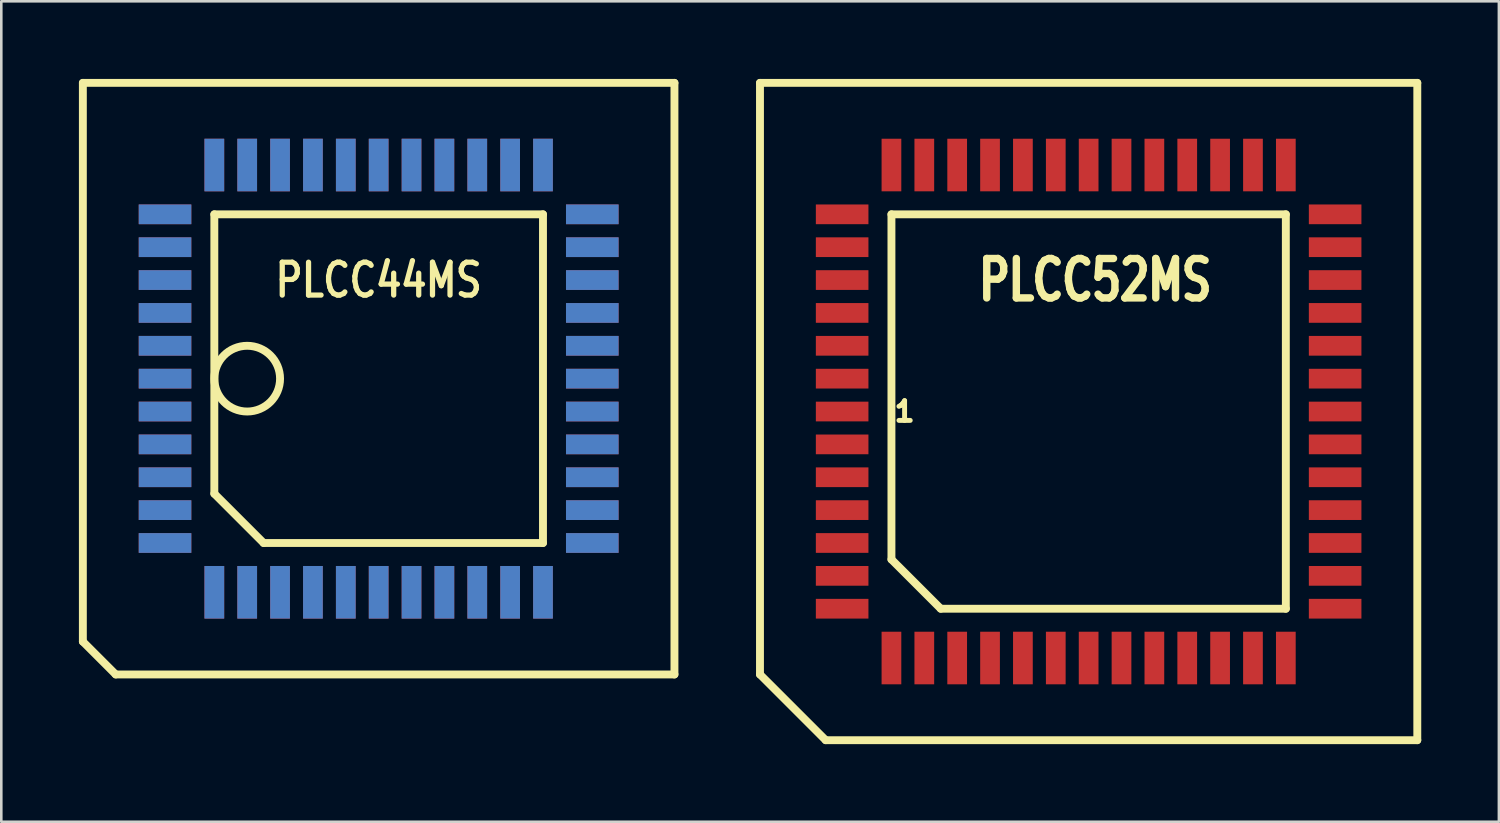
<source format=kicad_pcb>
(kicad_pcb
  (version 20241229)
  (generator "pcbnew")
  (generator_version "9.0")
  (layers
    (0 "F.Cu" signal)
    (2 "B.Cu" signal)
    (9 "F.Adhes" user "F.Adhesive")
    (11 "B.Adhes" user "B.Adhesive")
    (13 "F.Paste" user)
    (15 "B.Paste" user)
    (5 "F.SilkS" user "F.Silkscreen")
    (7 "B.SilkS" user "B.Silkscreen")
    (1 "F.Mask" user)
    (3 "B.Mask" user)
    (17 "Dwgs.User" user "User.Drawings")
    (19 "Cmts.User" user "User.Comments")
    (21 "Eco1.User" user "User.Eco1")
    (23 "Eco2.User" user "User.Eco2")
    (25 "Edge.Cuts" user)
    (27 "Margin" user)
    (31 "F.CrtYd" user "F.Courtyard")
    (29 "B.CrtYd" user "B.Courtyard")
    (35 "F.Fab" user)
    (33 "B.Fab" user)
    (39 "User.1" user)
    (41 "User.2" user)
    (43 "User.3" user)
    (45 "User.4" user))
  (footprint "PLCC52MS"
    (layer "F.Cu")
    (at 39.017 12.852)
    (property "Reference" "PLCC52MS" (at 0.254 -5.08 0) (layer "F.SilkS") (effects (font (size 1.524 1.143) (thickness 0.305))))
    (attr smd)
    (fp_line (start -12.7 -12.7) (end 12.7 -12.7) (stroke (width 0.305) (type solid)) (layer "F.SilkS"))
    (fp_line (start -12.7 10.16) (end -12.7 -12.7) (stroke (width 0.305) (type solid)) (layer "F.SilkS"))
    (fp_line (start -10.16 12.7) (end -12.7 10.16) (stroke (width 0.305) (type solid)) (layer "F.SilkS"))
    (fp_line (start -10.16 12.7) (end 12.7 12.7) (stroke (width 0.305) (type solid)) (layer "F.SilkS"))
    (fp_line (start -7.62 -7.62) (end 7.62 -7.62) (stroke (width 0.305) (type solid)) (layer "F.SilkS"))
    (fp_line (start -7.62 5.715) (end -7.62 -7.62) (stroke (width 0.305) (type solid)) (layer "F.SilkS"))
    (fp_line (start -5.715 7.62) (end -7.62 5.715) (stroke (width 0.305) (type solid)) (layer "F.SilkS"))
    (fp_line (start 7.62 -7.62) (end 7.62 7.62) (stroke (width 0.305) (type solid)) (layer "F.SilkS"))
    (fp_line (start 7.62 7.62) (end -5.715 7.62) (stroke (width 0.305) (type solid)) (layer "F.SilkS"))
    (fp_line (start 12.7 -12.7) (end 12.7 12.7) (stroke (width 0.305) (type solid)) (layer "F.SilkS"))
    (fp_text user "1" (at -7.112 0 0) (layer "F.SilkS") (effects (font (size 0.762 0.762) (thickness 0.305))))
    (pad "1" smd rect (at -9.525 0) (size 2.032 0.762) (layers "F.Cu" "F.Mask" "F.Paste"))
    (pad "2" smd rect (at -9.525 1.27) (size 2.032 0.762) (layers "F.Cu" "F.Mask" "F.Paste"))
    (pad "3" smd rect (at -9.525 2.54) (size 2.032 0.762) (layers "F.Cu" "F.Mask" "F.Paste"))
    (pad "4" smd rect (at -9.525 3.81) (size 2.032 0.762) (layers "F.Cu" "F.Mask" "F.Paste"))
    (pad "5" smd rect (at -9.525 5.08) (size 2.032 0.762) (layers "F.Cu" "F.Mask" "F.Paste"))
    (pad "6" smd rect (at -9.525 6.35) (size 2.032 0.762) (layers "F.Cu" "F.Mask" "F.Paste"))
    (pad "7" smd rect (at -9.525 7.62) (size 2.032 0.762) (layers "F.Cu" "F.Mask" "F.Paste"))
    (pad "8" smd rect (at -7.62 9.525) (size 0.762 2.032) (layers "F.Cu" "F.Mask" "F.Paste"))
    (pad "9" smd rect (at -6.35 9.525) (size 0.762 2.032) (layers "F.Cu" "F.Mask" "F.Paste"))
    (pad "10" smd rect (at -5.08 9.525) (size 0.762 2.032) (layers "F.Cu" "F.Mask" "F.Paste"))
    (pad "11" smd rect (at -3.81 9.525) (size 0.762 2.032) (layers "F.Cu" "F.Mask" "F.Paste"))
    (pad "12" smd rect (at -2.54 9.525) (size 0.762 2.032) (layers "F.Cu" "F.Mask" "F.Paste"))
    (pad "13" smd rect (at -1.27 9.525) (size 0.762 2.032) (layers "F.Cu" "F.Mask" "F.Paste"))
    (pad "14" smd rect (at 0 9.525) (size 0.762 2.032) (layers "F.Cu" "F.Mask" "F.Paste"))
    (pad "15" smd rect (at 1.27 9.525) (size 0.762 2.032) (layers "F.Cu" "F.Mask" "F.Paste"))
    (pad "16" smd rect (at 2.54 9.525) (size 0.762 2.032) (layers "F.Cu" "F.Mask" "F.Paste"))
    (pad "17" smd rect (at 3.81 9.525) (size 0.762 2.032) (layers "F.Cu" "F.Mask" "F.Paste"))
    (pad "18" smd rect (at 5.08 9.525) (size 0.762 2.032) (layers "F.Cu" "F.Mask" "F.Paste"))
    (pad "19" smd rect (at 6.35 9.525) (size 0.762 2.032) (layers "F.Cu" "F.Mask" "F.Paste"))
    (pad "20" smd rect (at 7.62 9.525) (size 0.762 2.032) (layers "F.Cu" "F.Mask" "F.Paste"))
    (pad "21" smd rect (at 9.525 7.62) (size 2.032 0.762) (layers "F.Cu" "F.Mask" "F.Paste"))
    (pad "22" smd rect (at 9.525 6.35) (size 2.032 0.762) (layers "F.Cu" "F.Mask" "F.Paste"))
    (pad "23" smd rect (at 9.525 5.08) (size 2.032 0.762) (layers "F.Cu" "F.Mask" "F.Paste"))
    (pad "24" smd rect (at 9.525 3.81) (size 2.032 0.762) (layers "F.Cu" "F.Mask" "F.Paste"))
    (pad "25" smd rect (at 9.525 2.54) (size 2.032 0.762) (layers "F.Cu" "F.Mask" "F.Paste"))
    (pad "26" smd rect (at 9.525 1.27) (size 2.032 0.762) (layers "F.Cu" "F.Mask" "F.Paste"))
    (pad "27" smd rect (at 9.525 0) (size 2.032 0.762) (layers "F.Cu" "F.Mask" "F.Paste"))
    (pad "28" smd rect (at 9.525 -1.27) (size 2.032 0.762) (layers "F.Cu" "F.Mask" "F.Paste"))
    (pad "29" smd rect (at 9.525 -2.54) (size 2.032 0.762) (layers "F.Cu" "F.Mask" "F.Paste"))
    (pad "30" smd rect (at 9.525 -3.81) (size 2.032 0.762) (layers "F.Cu" "F.Mask" "F.Paste"))
    (pad "31" smd rect (at 9.525 -5.08) (size 2.032 0.762) (layers "F.Cu" "F.Mask" "F.Paste"))
    (pad "32" smd rect (at 9.525 -6.35) (size 2.032 0.762) (layers "F.Cu" "F.Mask" "F.Paste"))
    (pad "33" smd rect (at 9.525 -7.62) (size 2.032 0.762) (layers "F.Cu" "F.Mask" "F.Paste"))
    (pad "34" smd rect (at 7.62 -9.525) (size 0.762 2.032) (layers "F.Cu" "F.Mask" "F.Paste"))
    (pad "35" smd rect (at 6.35 -9.525) (size 0.762 2.032) (layers "F.Cu" "F.Mask" "F.Paste"))
    (pad "36" smd rect (at 5.08 -9.525) (size 0.762 2.032) (layers "F.Cu" "F.Mask" "F.Paste"))
    (pad "37" smd rect (at 3.81 -9.525) (size 0.762 2.032) (layers "F.Cu" "F.Mask" "F.Paste"))
    (pad "38" smd rect (at 2.54 -9.525) (size 0.762 2.032) (layers "F.Cu" "F.Mask" "F.Paste"))
    (pad "39" smd rect (at 1.27 -9.525) (size 0.762 2.032) (layers "F.Cu" "F.Mask" "F.Paste"))
    (pad "40" smd rect (at 0 -9.525) (size 0.762 2.032) (layers "F.Cu" "F.Mask" "F.Paste"))
    (pad "41" smd rect (at -1.27 -9.525) (size 0.762 2.032) (layers "F.Cu" "F.Mask" "F.Paste"))
    (pad "42" smd rect (at -2.54 -9.525) (size 0.762 2.032) (layers "F.Cu" "F.Mask" "F.Paste"))
    (pad "43" smd rect (at -3.81 -9.525) (size 0.762 2.032) (layers "F.Cu" "F.Mask" "F.Paste"))
    (pad "44" smd rect (at -5.08 -9.525) (size 0.762 2.032) (layers "F.Cu" "F.Mask" "F.Paste"))
    (pad "45" smd rect (at -6.35 -9.525) (size 0.762 2.032) (layers "F.Cu" "F.Mask" "F.Paste"))
    (pad "46" smd rect (at -7.62 -9.525) (size 0.762 2.032) (layers "F.Cu" "F.Mask" "F.Paste"))
    (pad "47" smd rect (at -9.525 -7.62) (size 2.032 0.762) (layers "F.Cu" "F.Mask" "F.Paste"))
    (pad "48" smd rect (at -9.525 -6.35) (size 2.032 0.762) (layers "F.Cu" "F.Mask" "F.Paste"))
    (pad "49" smd rect (at -9.525 -5.08) (size 2.032 0.762) (layers "F.Cu" "F.Mask" "F.Paste"))
    (pad "50" smd rect (at -9.525 -3.81) (size 2.032 0.762) (layers "F.Cu" "F.Mask" "F.Paste"))
    (pad "51" smd rect (at -9.525 -2.54) (size 2.032 0.762) (layers "F.Cu" "F.Mask" "F.Paste"))
    (pad "52" smd rect (at -9.525 -1.27) (size 2.032 0.762) (layers "F.Cu" "F.Mask" "F.Paste")))
  (footprint "PLCC44MS"
    (layer "F.Cu")
    (at 11.582 11.582)
    (property "Reference" "PLCC44MS" (at 0 -3.807 0) (layer "F.SilkS") (effects (font (size 1.27 1.016) (thickness 0.203))))
    (attr smd)
    (fp_line (start -11.43 -11.43) (end -11.43 10.16) (stroke (width 0.305) (type solid)) (layer "F.SilkS"))
    (fp_line (start -11.43 10.16) (end -10.16 11.43) (stroke (width 0.305) (type solid)) (layer "F.SilkS"))
    (fp_line (start -10.16 11.43) (end 11.43 11.43) (stroke (width 0.305) (type solid)) (layer "F.SilkS"))
    (fp_line (start -6.35 -6.35) (end 6.35 -6.35) (stroke (width 0.305) (type solid)) (layer "F.SilkS"))
    (fp_line (start -6.35 4.445) (end -6.35 -6.35) (stroke (width 0.305) (type solid)) (layer "F.SilkS"))
    (fp_line (start -4.445 6.35) (end -6.35 4.445) (stroke (width 0.305) (type solid)) (layer "F.SilkS"))
    (fp_line (start -4.445 6.35) (end 6.35 6.35) (stroke (width 0.305) (type solid)) (layer "F.SilkS"))
    (fp_line (start 6.35 -6.35) (end 6.35 6.35) (stroke (width 0.305) (type solid)) (layer "F.SilkS"))
    (fp_line (start 11.43 -11.43) (end -11.43 -11.43) (stroke (width 0.305) (type solid)) (layer "F.SilkS"))
    (fp_line (start 11.43 11.43) (end 11.43 -11.43) (stroke (width 0.305) (type solid)) (layer "F.SilkS"))
    (fp_circle (center -5.08 0) (end -6.35 0) (stroke (width 0.305) (type solid)) (fill no) (layer "F.SilkS"))
    (pad "1" thru_hole rect (at -8.255 0) (size 2.032 0.762) (drill 0.000001) (layers "F.Cu" "F.Mask"))
    (pad "2" thru_hole rect (at -8.255 1.27) (size 2.032 0.762) (drill 0.000001) (layers "F.Cu" "F.Mask"))
    (pad "3" thru_hole rect (at -8.255 2.54) (size 2.032 0.762) (drill 0.000001) (layers "F.Cu" "F.Mask"))
    (pad "4" thru_hole rect (at -8.255 3.81) (size 2.032 0.762) (drill 0.000001) (layers "F.Cu" "F.Mask"))
    (pad "5" thru_hole rect (at -8.255 5.08) (size 2.032 0.762) (drill 0.000001) (layers "F.Cu" "F.Mask"))
    (pad "6" thru_hole rect (at -8.255 6.35) (size 2.032 0.762) (drill 0.000001) (layers "F.Cu" "F.Mask"))
    (pad "7" thru_hole rect (at -6.35 8.255) (size 0.762 2.032) (drill 0.000001) (layers "F.Cu" "F.Mask"))
    (pad "8" thru_hole rect (at -5.08 8.255) (size 0.762 2.032) (drill 0.000001) (layers "F.Cu" "F.Mask"))
    (pad "9" thru_hole rect (at -3.81 8.255) (size 0.762 2.032) (drill 0.000001) (layers "F.Cu" "F.Mask"))
    (pad "10" thru_hole rect (at -2.54 8.255) (size 0.762 2.032) (drill 0.000001) (layers "F.Cu" "F.Mask"))
    (pad "11" thru_hole rect (at -1.27 8.255) (size 0.762 2.032) (drill 0.000001) (layers "F.Cu" "F.Mask"))
    (pad "12" thru_hole rect (at 0 8.255) (size 0.762 2.032) (drill 0.000001) (layers "F.Cu" "F.Mask"))
    (pad "13" thru_hole rect (at 1.27 8.255) (size 0.762 2.032) (drill 0.000001) (layers "F.Cu" "F.Mask"))
    (pad "14" thru_hole rect (at 2.54 8.255) (size 0.762 2.032) (drill 0.000001) (layers "F.Cu" "F.Mask"))
    (pad "15" thru_hole rect (at 3.81 8.255) (size 0.762 2.032) (drill 0.000001) (layers "F.Cu" "F.Mask"))
    (pad "16" thru_hole rect (at 5.08 8.255) (size 0.762 2.032) (drill 0.000001) (layers "F.Cu" "F.Mask"))
    (pad "17" thru_hole rect (at 6.35 8.255) (size 0.762 2.032) (drill 0.000001) (layers "F.Cu" "F.Mask"))
    (pad "18" thru_hole rect (at 8.255 6.35) (size 2.032 0.762) (drill 0.000001) (layers "F.Cu" "F.Mask"))
    (pad "19" thru_hole rect (at 8.255 5.08) (size 2.032 0.762) (drill 0.000001) (layers "F.Cu" "F.Mask"))
    (pad "20" thru_hole rect (at 8.255 3.81) (size 2.032 0.762) (drill 0.000001) (layers "F.Cu" "F.Mask"))
    (pad "21" thru_hole rect (at 8.255 2.54) (size 2.032 0.762) (drill 0.000001) (layers "F.Cu" "F.Mask"))
    (pad "22" thru_hole rect (at 8.255 1.27) (size 2.032 0.762) (drill 0.000001) (layers "F.Cu" "F.Mask"))
    (pad "23" thru_hole rect (at 8.255 0) (size 2.032 0.762) (drill 0.000001) (layers "F.Cu" "F.Mask"))
    (pad "24" thru_hole rect (at 8.255 -1.27) (size 2.032 0.762) (drill 0.000001) (layers "F.Cu" "F.Mask"))
    (pad "25" thru_hole rect (at 8.255 -2.54) (size 2.032 0.762) (drill 0.000001) (layers "F.Cu" "F.Mask"))
    (pad "26" thru_hole rect (at 8.255 -3.81) (size 2.032 0.762) (drill 0.000001) (layers "F.Cu" "F.Mask"))
    (pad "27" thru_hole rect (at 8.255 -5.08) (size 2.032 0.762) (drill 0.000001) (layers "F.Cu" "F.Mask"))
    (pad "28" thru_hole rect (at 8.255 -6.35) (size 2.032 0.762) (drill 0.000001) (layers "F.Cu" "F.Mask"))
    (pad "29" thru_hole rect (at 6.35 -8.255) (size 0.762 2.032) (drill 0.000001) (layers "F.Cu" "F.Mask"))
    (pad "30" thru_hole rect (at 5.08 -8.255) (size 0.762 2.032) (drill 0.000001) (layers "F.Cu" "F.Mask"))
    (pad "31" thru_hole rect (at 3.81 -8.255) (size 0.762 2.032) (drill 0.000001) (layers "F.Cu" "F.Mask"))
    (pad "32" thru_hole rect (at 2.54 -8.255) (size 0.762 2.032) (drill 0.000001) (layers "F.Cu" "F.Mask"))
    (pad "33" thru_hole rect (at 1.27 -8.255) (size 0.762 2.032) (drill 0.000001) (layers "F.Cu" "F.Mask"))
    (pad "34" thru_hole rect (at 0 -8.255) (size 0.762 2.032) (drill 0.000001) (layers "F.Cu" "F.Mask"))
    (pad "35" thru_hole rect (at -1.27 -8.255) (size 0.762 2.032) (drill 0.000001) (layers "F.Cu" "F.Mask"))
    (pad "36" thru_hole rect (at -2.54 -8.255) (size 0.762 2.032) (drill 0.000001) (layers "F.Cu" "F.Mask"))
    (pad "37" thru_hole rect (at -3.81 -8.255) (size 0.762 2.032) (drill 0.000001) (layers "F.Cu" "F.Mask"))
    (pad "38" thru_hole rect (at -5.08 -8.255) (size 0.762 2.032) (drill 0.000001) (layers "F.Cu" "F.Mask"))
    (pad "39" thru_hole rect (at -6.35 -8.255) (size 0.762 2.032) (drill 0.000001) (layers "F.Cu" "F.Mask"))
    (pad "40" thru_hole rect (at -8.255 -6.35) (size 2.032 0.762) (drill 0.000001) (layers "F.Cu" "F.Mask"))
    (pad "41" thru_hole rect (at -8.255 -5.08) (size 2.032 0.762) (drill 0.000001) (layers "F.Cu" "F.Mask"))
    (pad "42" thru_hole rect (at -8.255 -3.81) (size 2.032 0.762) (drill 0.000001) (layers "F.Cu" "F.Mask"))
    (pad "43" thru_hole rect (at -8.255 -2.54) (size 2.032 0.762) (drill 0.000001) (layers "F.Cu" "F.Mask"))
    (pad "44" thru_hole rect (at -8.255 -1.27) (size 2.032 0.762) (drill 0.000001) (layers "F.Cu" "F.Mask")))
  (gr_rect
    (start -3 -3)
    (end 54.87 28.705)
    (stroke (width 0.1) (type default))
    (fill no)
    (layer "Edge.Cuts")))
</source>
